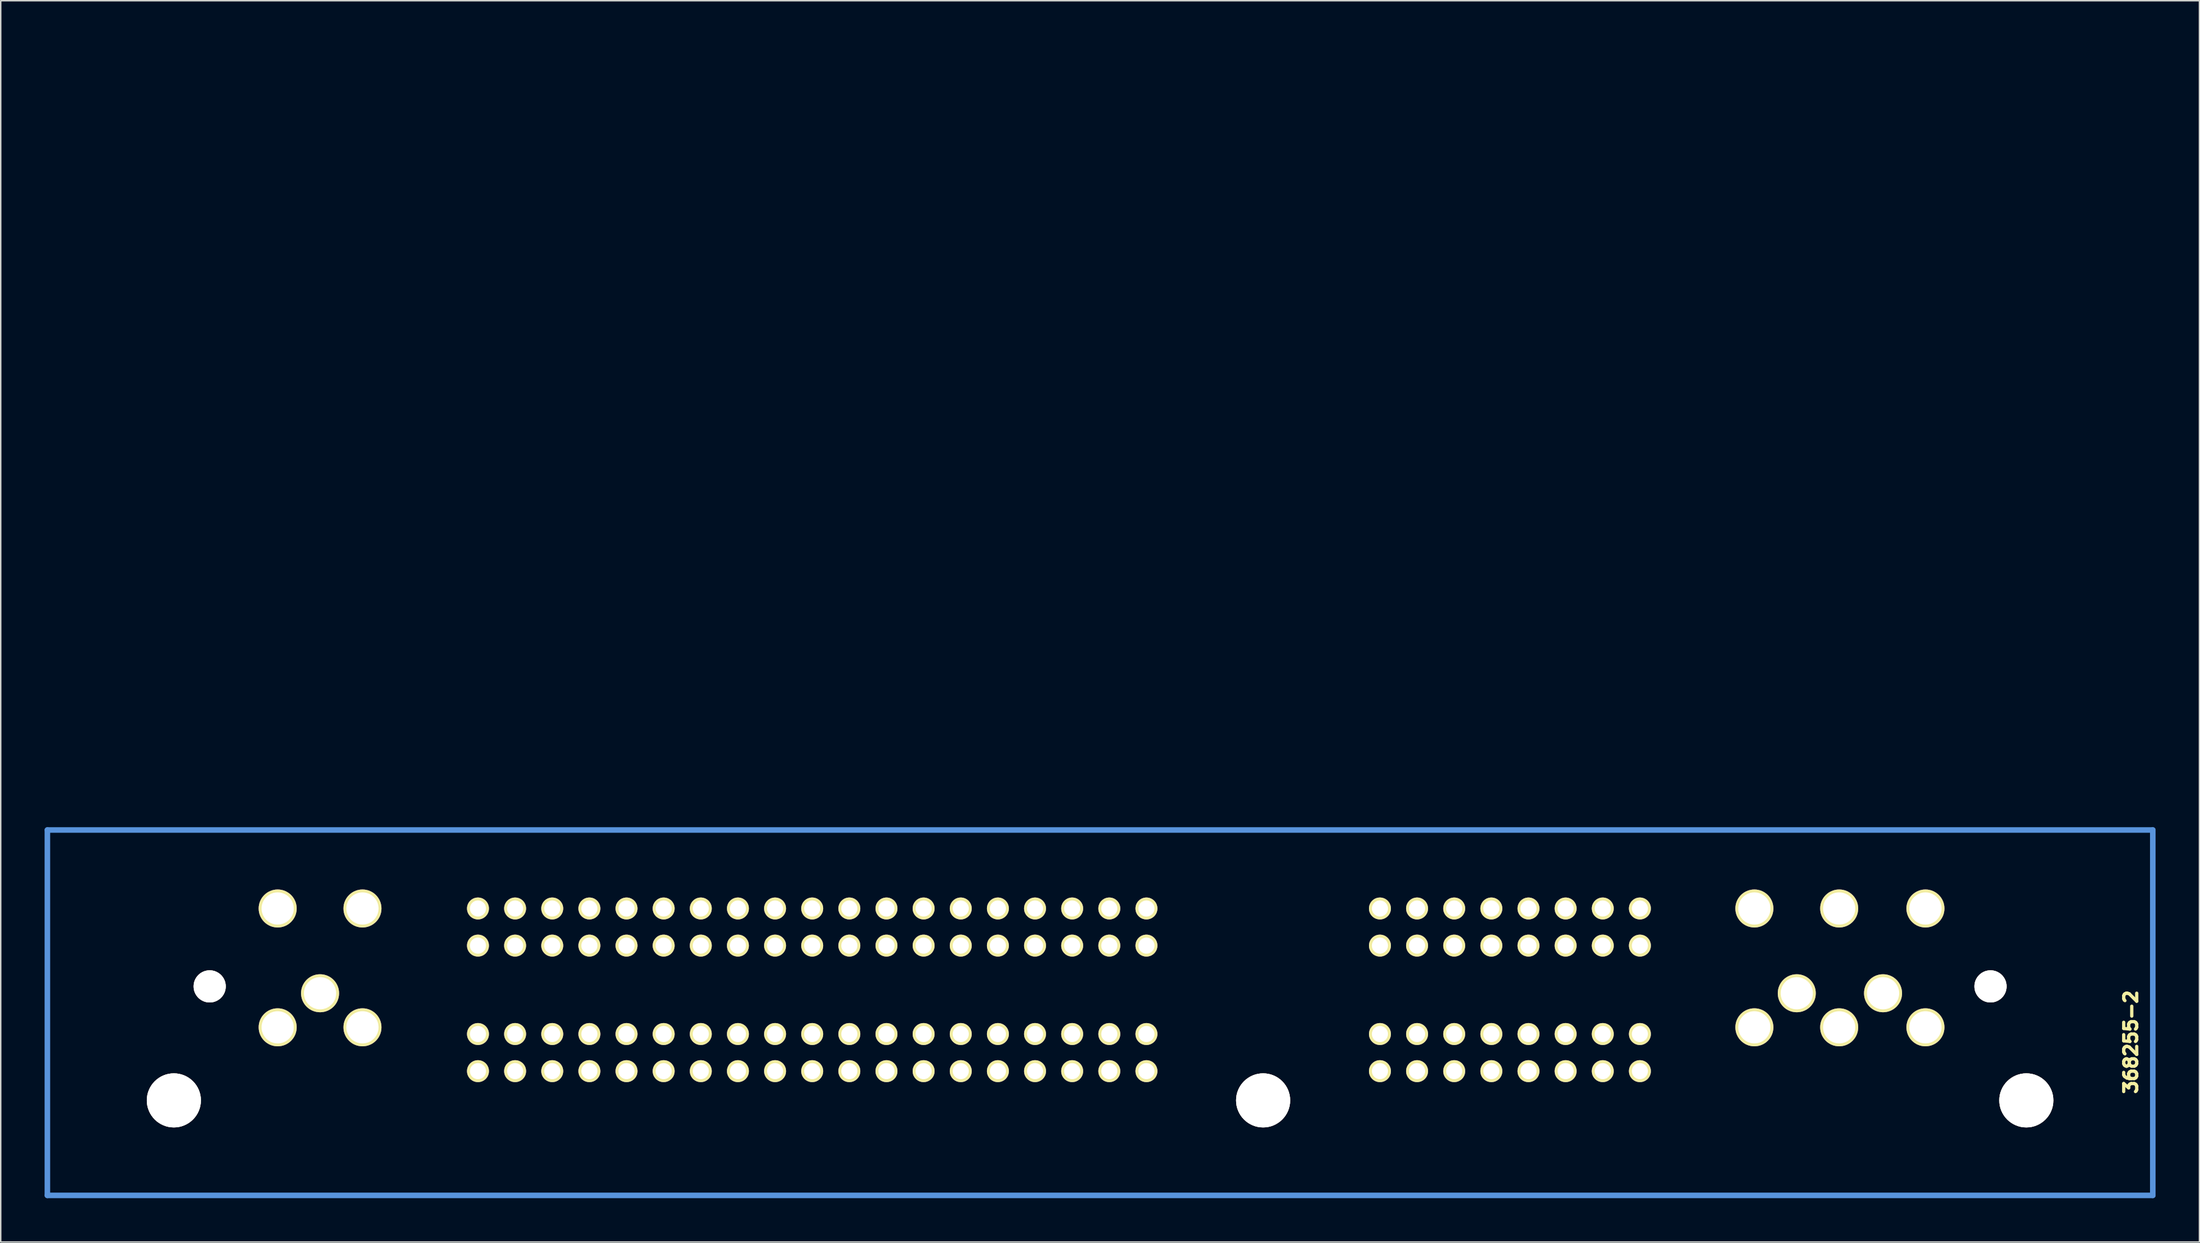
<source format=kicad_pcb>
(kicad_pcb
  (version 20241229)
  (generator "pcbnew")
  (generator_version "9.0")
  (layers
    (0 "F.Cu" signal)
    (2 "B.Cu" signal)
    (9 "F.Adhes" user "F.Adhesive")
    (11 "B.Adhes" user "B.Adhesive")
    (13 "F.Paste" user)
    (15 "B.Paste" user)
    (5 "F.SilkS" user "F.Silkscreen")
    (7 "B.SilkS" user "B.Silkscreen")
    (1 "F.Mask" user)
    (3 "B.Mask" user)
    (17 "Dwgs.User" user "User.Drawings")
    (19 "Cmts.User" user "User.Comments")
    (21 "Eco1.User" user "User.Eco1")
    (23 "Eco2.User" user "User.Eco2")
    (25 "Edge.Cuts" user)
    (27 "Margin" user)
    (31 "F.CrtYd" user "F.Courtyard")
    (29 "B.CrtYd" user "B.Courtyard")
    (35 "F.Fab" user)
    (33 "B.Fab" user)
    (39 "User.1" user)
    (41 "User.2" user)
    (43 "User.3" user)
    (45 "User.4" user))
  (footprint "368255-2"
    (layer "F.Cu")
    (at 4.691 0.25)
    (property "Reference" "368255-2" (at 138 68 270) (layer "F.SilkS") (effects (font (size 0.889 0.889) (thickness 0.224))))
    (attr through_hole)
    (fp_line (start -4.5 53.49) (end -4.5 78.49) (stroke (width 0.381) (type solid)) (layer "Cmts.User"))
    (fp_line (start -4.5 53.49) (end 139.5 53.49) (stroke (width 0.381) (type solid)) (layer "Cmts.User"))
    (fp_line (start -4.5 78.49) (end 139.5 78.49) (stroke (width 0.381) (type solid)) (layer "Cmts.User"))
    (fp_line (start 139.5 53.49) (end 139.5 78.49) (stroke (width 0.381) (type solid)) (layer "Cmts.User"))
    (pad "" thru_hole circle (at 4.15 71.99) (size 3.7 3.7) (drill 3.7) (layers "*.Cu" "*.Mask" "F.SilkS"))
    (pad "" thru_hole circle (at 6.6 64.19) (size 2.2 2.2) (drill 2.2) (layers "*.Cu" "*.Mask" "F.SilkS"))
    (pad "" thru_hole circle (at 78.65 71.99) (size 3.7 3.7) (drill 3.7) (layers "*.Cu" "*.Mask" "F.SilkS"))
    (pad "" thru_hole circle (at 128.4 64.19) (size 2.2 2.2) (drill 2.2) (layers "*.Cu" "*.Mask" "F.SilkS"))
    (pad "" thru_hole circle (at 130.85 71.99) (size 3.7 3.7) (drill 3.7) (layers "*.Cu" "*.Mask" "F.SilkS"))
    (pad "1" thru_hole circle (at 11.25 66.99) (size 2.6 2.6) (drill 2.2) (layers "*.Cu" "*.Mask" "F.SilkS"))
    (pad "2" thru_hole circle (at 17.05 66.99) (size 2.6 2.6) (drill 2.2) (layers "*.Cu" "*.Mask" "F.SilkS"))
    (pad "3" thru_hole circle (at 14.15 64.66) (size 2.6 2.6) (drill 2.2) (layers "*.Cu" "*.Mask" "F.SilkS"))
    (pad "4" thru_hole circle (at 11.25 58.86 180) (size 2.6 2.6) (drill 2.2) (layers "*.Cu" "*.Mask" "F.SilkS"))
    (pad "5" thru_hole circle (at 17.05 58.86 180) (size 2.6 2.6) (drill 2.2) (layers "*.Cu" "*.Mask" "F.SilkS"))
    (pad "6" thru_hole circle (at 70.67 58.86) (size 1.5 1.5) (drill 1.1) (layers "*.Cu" "*.Mask" "F.SilkS"))
    (pad "7" thru_hole circle (at 68.13 58.86) (size 1.5 1.5) (drill 1.1) (layers "*.Cu" "*.Mask" "F.SilkS"))
    (pad "8" thru_hole circle (at 65.59 58.86) (size 1.5 1.5) (drill 1.1) (layers "*.Cu" "*.Mask" "F.SilkS"))
    (pad "9" thru_hole circle (at 63.05 58.86) (size 1.5 1.5) (drill 1.1) (layers "*.Cu" "*.Mask" "F.SilkS"))
    (pad "10" thru_hole circle (at 60.51 58.86) (size 1.5 1.5) (drill 1.1) (layers "*.Cu" "*.Mask" "F.SilkS"))
    (pad "11" thru_hole circle (at 57.97 58.86) (size 1.5 1.5) (drill 1.1) (layers "*.Cu" "*.Mask" "F.SilkS"))
    (pad "12" thru_hole circle (at 55.43 58.86) (size 1.5 1.5) (drill 1.1) (layers "*.Cu" "*.Mask" "F.SilkS"))
    (pad "13" thru_hole circle (at 52.89 58.86) (size 1.5 1.5) (drill 1.1) (layers "*.Cu" "*.Mask" "F.SilkS"))
    (pad "14" thru_hole circle (at 50.35 58.86) (size 1.5 1.5) (drill 1.1) (layers "*.Cu" "*.Mask" "F.SilkS"))
    (pad "15" thru_hole circle (at 47.81 58.86) (size 1.5 1.5) (drill 1.1) (layers "*.Cu" "*.Mask" "F.SilkS"))
    (pad "16" thru_hole circle (at 45.27 58.86) (size 1.5 1.5) (drill 1.1) (layers "*.Cu" "*.Mask" "F.SilkS"))
    (pad "17" thru_hole circle (at 42.73 58.86) (size 1.5 1.5) (drill 1.1) (layers "*.Cu" "*.Mask" "F.SilkS"))
    (pad "18" thru_hole circle (at 40.19 58.86) (size 1.5 1.5) (drill 1.1) (layers "*.Cu" "*.Mask" "F.SilkS"))
    (pad "19" thru_hole circle (at 37.65 58.86) (size 1.5 1.5) (drill 1.1) (layers "*.Cu" "*.Mask" "F.SilkS"))
    (pad "20" thru_hole circle (at 35.11 58.86) (size 1.5 1.5) (drill 1.1) (layers "*.Cu" "*.Mask" "F.SilkS"))
    (pad "21" thru_hole circle (at 32.57 58.86) (size 1.5 1.5) (drill 1.1) (layers "*.Cu" "*.Mask" "F.SilkS"))
    (pad "22" thru_hole circle (at 30.03 58.86) (size 1.5 1.5) (drill 1.1) (layers "*.Cu" "*.Mask" "F.SilkS"))
    (pad "23" thru_hole circle (at 27.49 58.86) (size 1.5 1.5) (drill 1.1) (layers "*.Cu" "*.Mask" "F.SilkS"))
    (pad "24" thru_hole circle (at 24.95 58.86) (size 1.5 1.5) (drill 1.1) (layers "*.Cu" "*.Mask" "F.SilkS"))
    (pad "25" thru_hole circle (at 70.67 61.4) (size 1.5 1.5) (drill 1.1) (layers "*.Cu" "*.Mask" "F.SilkS"))
    (pad "26" thru_hole circle (at 68.13 61.4) (size 1.5 1.5) (drill 1.1) (layers "*.Cu" "*.Mask" "F.SilkS"))
    (pad "27" thru_hole circle (at 65.59 61.4) (size 1.5 1.5) (drill 1.1) (layers "*.Cu" "*.Mask" "F.SilkS"))
    (pad "28" thru_hole circle (at 63.05 61.4) (size 1.5 1.5) (drill 1.1) (layers "*.Cu" "*.Mask" "F.SilkS"))
    (pad "29" thru_hole circle (at 60.51 61.4) (size 1.5 1.5) (drill 1.1) (layers "*.Cu" "*.Mask" "F.SilkS"))
    (pad "30" thru_hole circle (at 57.97 61.4) (size 1.5 1.5) (drill 1.1) (layers "*.Cu" "*.Mask" "F.SilkS"))
    (pad "31" thru_hole circle (at 55.43 61.4) (size 1.5 1.5) (drill 1.1) (layers "*.Cu" "*.Mask" "F.SilkS"))
    (pad "32" thru_hole circle (at 52.89 61.4) (size 1.5 1.5) (drill 1.1) (layers "*.Cu" "*.Mask" "F.SilkS"))
    (pad "33" thru_hole circle (at 50.35 61.4) (size 1.5 1.5) (drill 1.1) (layers "*.Cu" "*.Mask" "F.SilkS"))
    (pad "34" thru_hole circle (at 47.81 61.4) (size 1.5 1.5) (drill 1.1) (layers "*.Cu" "*.Mask" "F.SilkS"))
    (pad "35" thru_hole circle (at 45.27 61.4) (size 1.5 1.5) (drill 1.1) (layers "*.Cu" "*.Mask" "F.SilkS"))
    (pad "36" thru_hole circle (at 42.73 61.4) (size 1.5 1.5) (drill 1.1) (layers "*.Cu" "*.Mask" "F.SilkS"))
    (pad "37" thru_hole circle (at 40.19 61.4) (size 1.5 1.5) (drill 1.1) (layers "*.Cu" "*.Mask" "F.SilkS"))
    (pad "38" thru_hole circle (at 37.65 61.4) (size 1.5 1.5) (drill 1.1) (layers "*.Cu" "*.Mask" "F.SilkS"))
    (pad "39" thru_hole circle (at 35.11 61.4) (size 1.5 1.5) (drill 1.1) (layers "*.Cu" "*.Mask" "F.SilkS"))
    (pad "40" thru_hole circle (at 32.57 61.4) (size 1.5 1.5) (drill 1.1) (layers "*.Cu" "*.Mask" "F.SilkS"))
    (pad "41" thru_hole circle (at 30.03 61.4) (size 1.5 1.5) (drill 1.1) (layers "*.Cu" "*.Mask" "F.SilkS"))
    (pad "42" thru_hole circle (at 27.49 61.4) (size 1.5 1.5) (drill 1.1) (layers "*.Cu" "*.Mask" "F.SilkS"))
    (pad "43" thru_hole circle (at 24.95 61.4) (size 1.5 1.5) (drill 1.1) (layers "*.Cu" "*.Mask" "F.SilkS"))
    (pad "44" thru_hole circle (at 70.67 67.45) (size 1.5 1.5) (drill 1.1) (layers "*.Cu" "*.Mask" "F.SilkS"))
    (pad "45" thru_hole circle (at 68.13 67.45) (size 1.5 1.5) (drill 1.1) (layers "*.Cu" "*.Mask" "F.SilkS"))
    (pad "46" thru_hole circle (at 65.59 67.45) (size 1.5 1.5) (drill 1.1) (layers "*.Cu" "*.Mask" "F.SilkS"))
    (pad "47" thru_hole circle (at 63.05 67.45) (size 1.5 1.5) (drill 1.1) (layers "*.Cu" "*.Mask" "F.SilkS"))
    (pad "48" thru_hole circle (at 60.51 67.45) (size 1.5 1.5) (drill 1.1) (layers "*.Cu" "*.Mask" "F.SilkS"))
    (pad "49" thru_hole circle (at 57.97 67.45) (size 1.5 1.5) (drill 1.1) (layers "*.Cu" "*.Mask" "F.SilkS"))
    (pad "50" thru_hole circle (at 55.43 67.45) (size 1.5 1.5) (drill 1.1) (layers "*.Cu" "*.Mask" "F.SilkS"))
    (pad "51" thru_hole circle (at 52.89 67.45) (size 1.5 1.5) (drill 1.1) (layers "*.Cu" "*.Mask" "F.SilkS"))
    (pad "52" thru_hole circle (at 50.35 67.45) (size 1.5 1.5) (drill 1.1) (layers "*.Cu" "*.Mask" "F.SilkS"))
    (pad "53" thru_hole circle (at 47.81 67.45) (size 1.5 1.5) (drill 1.1) (layers "*.Cu" "*.Mask" "F.SilkS"))
    (pad "54" thru_hole circle (at 45.27 67.45) (size 1.5 1.5) (drill 1.1) (layers "*.Cu" "*.Mask" "F.SilkS"))
    (pad "55" thru_hole circle (at 42.73 67.45) (size 1.5 1.5) (drill 1.1) (layers "*.Cu" "*.Mask" "F.SilkS"))
    (pad "56" thru_hole circle (at 40.19 67.45) (size 1.5 1.5) (drill 1.1) (layers "*.Cu" "*.Mask" "F.SilkS"))
    (pad "57" thru_hole circle (at 37.65 67.45) (size 1.5 1.5) (drill 1.1) (layers "*.Cu" "*.Mask" "F.SilkS"))
    (pad "58" thru_hole circle (at 35.11 67.45) (size 1.5 1.5) (drill 1.1) (layers "*.Cu" "*.Mask" "F.SilkS"))
    (pad "59" thru_hole circle (at 32.57 67.45) (size 1.5 1.5) (drill 1.1) (layers "*.Cu" "*.Mask" "F.SilkS"))
    (pad "60" thru_hole circle (at 30.03 67.45) (size 1.5 1.5) (drill 1.1) (layers "*.Cu" "*.Mask" "F.SilkS"))
    (pad "61" thru_hole circle (at 27.49 67.45) (size 1.5 1.5) (drill 1.1) (layers "*.Cu" "*.Mask" "F.SilkS"))
    (pad "62" thru_hole circle (at 24.95 67.45) (size 1.5 1.5) (drill 1.1) (layers "*.Cu" "*.Mask" "F.SilkS"))
    (pad "63" thru_hole circle (at 70.67 69.99) (size 1.5 1.5) (drill 1.1) (layers "*.Cu" "*.Mask" "F.SilkS"))
    (pad "64" thru_hole circle (at 68.13 69.99) (size 1.5 1.5) (drill 1.1) (layers "*.Cu" "*.Mask" "F.SilkS"))
    (pad "65" thru_hole circle (at 65.59 69.99) (size 1.5 1.5) (drill 1.1) (layers "*.Cu" "*.Mask" "F.SilkS"))
    (pad "66" thru_hole circle (at 63.05 69.99) (size 1.5 1.5) (drill 1.1) (layers "*.Cu" "*.Mask" "F.SilkS"))
    (pad "67" thru_hole circle (at 60.51 69.99) (size 1.5 1.5) (drill 1.1) (layers "*.Cu" "*.Mask" "F.SilkS"))
    (pad "68" thru_hole circle (at 57.97 69.99) (size 1.5 1.5) (drill 1.1) (layers "*.Cu" "*.Mask" "F.SilkS"))
    (pad "69" thru_hole circle (at 55.43 69.99) (size 1.5 1.5) (drill 1.1) (layers "*.Cu" "*.Mask" "F.SilkS"))
    (pad "70" thru_hole circle (at 52.89 69.99) (size 1.5 1.5) (drill 1.1) (layers "*.Cu" "*.Mask" "F.SilkS"))
    (pad "71" thru_hole circle (at 50.35 69.99) (size 1.5 1.5) (drill 1.1) (layers "*.Cu" "*.Mask" "F.SilkS"))
    (pad "72" thru_hole circle (at 47.81 69.99) (size 1.5 1.5) (drill 1.1) (layers "*.Cu" "*.Mask" "F.SilkS"))
    (pad "73" thru_hole circle (at 45.27 69.99) (size 1.5 1.5) (drill 1.1) (layers "*.Cu" "*.Mask" "F.SilkS"))
    (pad "74" thru_hole circle (at 42.73 69.99) (size 1.5 1.5) (drill 1.1) (layers "*.Cu" "*.Mask" "F.SilkS"))
    (pad "75" thru_hole circle (at 40.19 69.99) (size 1.5 1.5) (drill 1.1) (layers "*.Cu" "*.Mask" "F.SilkS"))
    (pad "76" thru_hole circle (at 37.65 69.99) (size 1.5 1.5) (drill 1.1) (layers "*.Cu" "*.Mask" "F.SilkS"))
    (pad "77" thru_hole circle (at 35.11 69.99) (size 1.5 1.5) (drill 1.1) (layers "*.Cu" "*.Mask" "F.SilkS"))
    (pad "78" thru_hole circle (at 32.57 69.99) (size 1.5 1.5) (drill 1.1) (layers "*.Cu" "*.Mask" "F.SilkS"))
    (pad "79" thru_hole circle (at 30.03 69.99) (size 1.5 1.5) (drill 1.1) (layers "*.Cu" "*.Mask" "F.SilkS"))
    (pad "80" thru_hole circle (at 27.49 69.99) (size 1.5 1.5) (drill 1.1) (layers "*.Cu" "*.Mask" "F.SilkS"))
    (pad "81" thru_hole circle (at 24.95 69.99) (size 1.5 1.5) (drill 1.1) (layers "*.Cu" "*.Mask" "F.SilkS"))
    (pad "82" thru_hole circle (at 86.64 69.99) (size 1.5 1.5) (drill 1.1) (layers "*.Cu" "*.Mask" "F.SilkS"))
    (pad "83" thru_hole circle (at 89.18 69.99) (size 1.5 1.5) (drill 1.1) (layers "*.Cu" "*.Mask" "F.SilkS"))
    (pad "84" thru_hole circle (at 91.72 69.99) (size 1.5 1.5) (drill 1.1) (layers "*.Cu" "*.Mask" "F.SilkS"))
    (pad "85" thru_hole circle (at 94.26 69.99) (size 1.5 1.5) (drill 1.1) (layers "*.Cu" "*.Mask" "F.SilkS"))
    (pad "86" thru_hole circle (at 96.8 69.99) (size 1.5 1.5) (drill 1.1) (layers "*.Cu" "*.Mask" "F.SilkS"))
    (pad "87" thru_hole circle (at 99.34 69.99) (size 1.5 1.5) (drill 1.1) (layers "*.Cu" "*.Mask" "F.SilkS"))
    (pad "88" thru_hole circle (at 101.88 69.99) (size 1.5 1.5) (drill 1.1) (layers "*.Cu" "*.Mask" "F.SilkS"))
    (pad "89" thru_hole circle (at 104.42 69.99) (size 1.5 1.5) (drill 1.1) (layers "*.Cu" "*.Mask" "F.SilkS"))
    (pad "90" thru_hole circle (at 86.64 67.45) (size 1.5 1.5) (drill 1.1) (layers "*.Cu" "*.Mask" "F.SilkS"))
    (pad "91" thru_hole circle (at 89.18 67.45) (size 1.5 1.5) (drill 1.1) (layers "*.Cu" "*.Mask" "F.SilkS"))
    (pad "92" thru_hole circle (at 91.72 67.45) (size 1.5 1.5) (drill 1.1) (layers "*.Cu" "*.Mask" "F.SilkS"))
    (pad "93" thru_hole circle (at 94.26 67.45) (size 1.5 1.5) (drill 1.1) (layers "*.Cu" "*.Mask" "F.SilkS"))
    (pad "94" thru_hole circle (at 96.8 67.45) (size 1.5 1.5) (drill 1.1) (layers "*.Cu" "*.Mask" "F.SilkS"))
    (pad "95" thru_hole circle (at 99.34 67.45) (size 1.5 1.5) (drill 1.1) (layers "*.Cu" "*.Mask" "F.SilkS"))
    (pad "96" thru_hole circle (at 101.88 67.45) (size 1.5 1.5) (drill 1.1) (layers "*.Cu" "*.Mask" "F.SilkS"))
    (pad "97" thru_hole circle (at 104.42 67.45) (size 1.5 1.5) (drill 1.1) (layers "*.Cu" "*.Mask" "F.SilkS"))
    (pad "98" thru_hole circle (at 86.64 61.4) (size 1.5 1.5) (drill 1.1) (layers "*.Cu" "*.Mask" "F.SilkS"))
    (pad "99" thru_hole circle (at 89.18 61.4) (size 1.5 1.5) (drill 1.1) (layers "*.Cu" "*.Mask" "F.SilkS"))
    (pad "100" thru_hole circle (at 91.72 61.4) (size 1.5 1.5) (drill 1.1) (layers "*.Cu" "*.Mask" "F.SilkS"))
    (pad "101" thru_hole circle (at 94.26 61.4) (size 1.5 1.5) (drill 1.1) (layers "*.Cu" "*.Mask" "F.SilkS"))
    (pad "102" thru_hole circle (at 96.8 61.4) (size 1.5 1.5) (drill 1.1) (layers "*.Cu" "*.Mask" "F.SilkS"))
    (pad "103" thru_hole circle (at 99.34 61.4) (size 1.5 1.5) (drill 1.1) (layers "*.Cu" "*.Mask" "F.SilkS"))
    (pad "104" thru_hole circle (at 101.88 61.4) (size 1.5 1.5) (drill 1.1) (layers "*.Cu" "*.Mask" "F.SilkS"))
    (pad "105" thru_hole circle (at 104.42 61.4) (size 1.5 1.5) (drill 1.1) (layers "*.Cu" "*.Mask" "F.SilkS"))
    (pad "106" thru_hole circle (at 86.64 58.86) (size 1.5 1.5) (drill 1.1) (layers "*.Cu" "*.Mask" "F.SilkS"))
    (pad "107" thru_hole circle (at 89.18 58.86) (size 1.5 1.5) (drill 1.1) (layers "*.Cu" "*.Mask" "F.SilkS"))
    (pad "108" thru_hole circle (at 91.72 58.86) (size 1.5 1.5) (drill 1.1) (layers "*.Cu" "*.Mask" "F.SilkS"))
    (pad "109" thru_hole circle (at 94.26 58.86) (size 1.5 1.5) (drill 1.1) (layers "*.Cu" "*.Mask" "F.SilkS"))
    (pad "110" thru_hole circle (at 96.8 58.86) (size 1.5 1.5) (drill 1.1) (layers "*.Cu" "*.Mask" "F.SilkS"))
    (pad "111" thru_hole circle (at 99.34 58.86) (size 1.5 1.5) (drill 1.1) (layers "*.Cu" "*.Mask" "F.SilkS"))
    (pad "112" thru_hole circle (at 101.88 58.86) (size 1.5 1.5) (drill 1.1) (layers "*.Cu" "*.Mask" "F.SilkS"))
    (pad "113" thru_hole circle (at 104.42 58.86) (size 1.5 1.5) (drill 1.1) (layers "*.Cu" "*.Mask" "F.SilkS"))
    (pad "114" thru_hole circle (at 112.25 66.99) (size 2.6 2.6) (drill 2.2) (layers "*.Cu" "*.Mask" "F.SilkS"))
    (pad "115" thru_hole circle (at 118.05 66.99) (size 2.6 2.6) (drill 2.2) (layers "*.Cu" "*.Mask" "F.SilkS"))
    (pad "116" thru_hole circle (at 123.95 66.99) (size 2.6 2.6) (drill 2.2) (layers "*.Cu" "*.Mask" "F.SilkS"))
    (pad "117" thru_hole circle (at 115.15 64.66) (size 2.6 2.6) (drill 2.2) (layers "*.Cu" "*.Mask" "F.SilkS"))
    (pad "118" thru_hole circle (at 121.05 64.66) (size 2.6 2.6) (drill 2.2) (layers "*.Cu" "*.Mask" "F.SilkS"))
    (pad "119" thru_hole circle (at 112.25 58.86 180) (size 2.6 2.6) (drill 2.2) (layers "*.Cu" "*.Mask" "F.SilkS"))
    (pad "120" thru_hole circle (at 118.05 58.86 180) (size 2.6 2.6) (drill 2.2) (layers "*.Cu" "*.Mask" "F.SilkS"))
    (pad "121" thru_hole circle (at 123.95 58.86 180) (size 2.6 2.6) (drill 2.2) (layers "*.Cu" "*.Mask" "F.SilkS")))
  (gr_rect
    (start -3 -3)
    (end 147.381 81.93)
    (stroke (width 0.1) (type default))
    (fill no)
    (layer "Edge.Cuts")))
</source>
